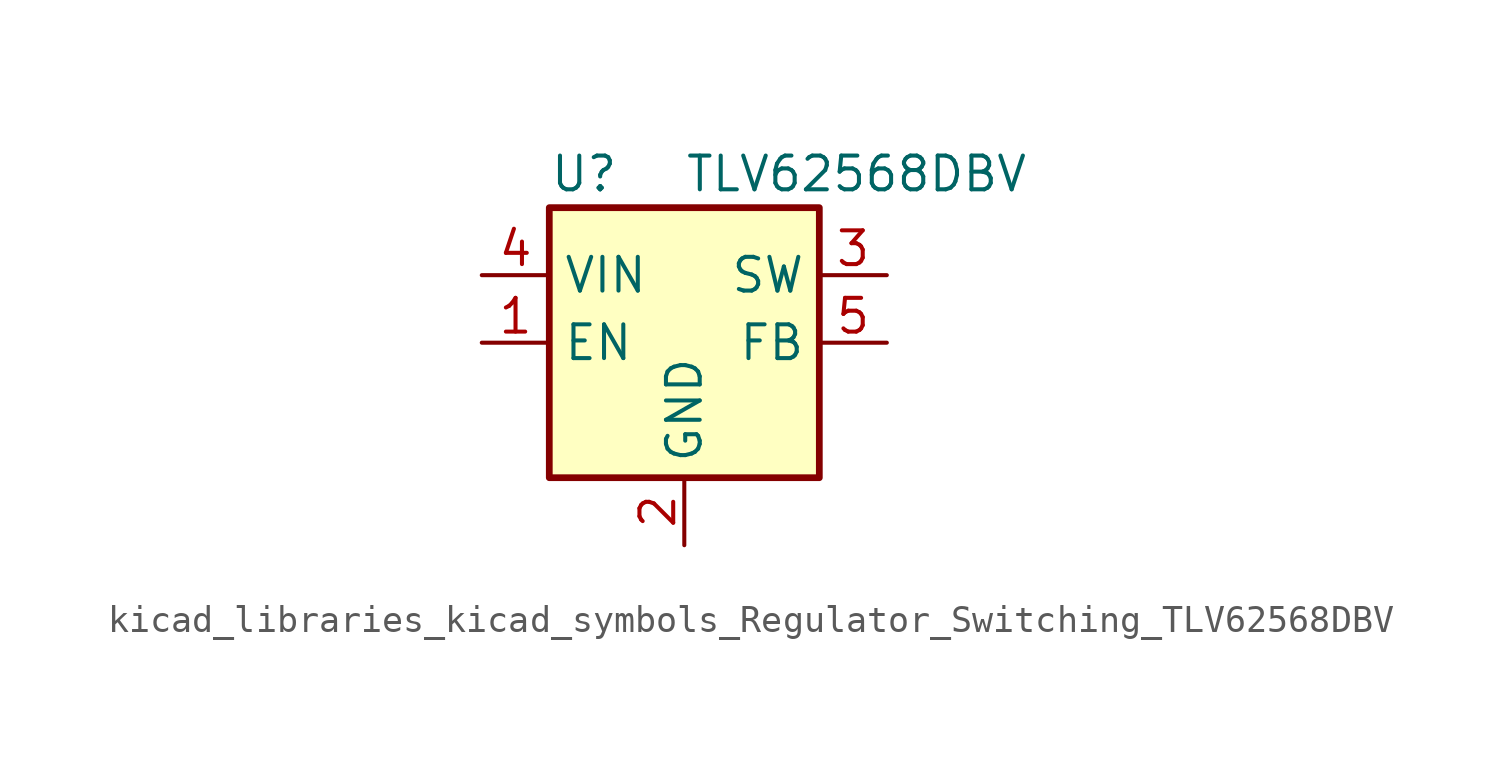
<source format=kicad_sym>
(kicad_symbol_lib
  (version 20220914)
  (generator kicad_symbol_editor)
  (symbol "kicad_libraries_kicad_symbols_Regulator_Switching_TLV62568DBV"
    (property "Reference" "U"
      (at -5.08 6.35 0)
      (effects (font (size 1.27 1.27)) (justify left)))
    (property "Value" "TLV62568DBV"
      (at 0 6.35 0)
      (effects (font (size 1.27 1.27)) (justify left)))
    (symbol "kicad_libraries_kicad_symbols_Regulator_Switching_TLV62568DBV_0_1"
      (rectangle (start -5.08 5.08) (end 5.08 -5.08) (stroke (width 0.254) (type default)) (fill (type background))))
    (symbol "kicad_libraries_kicad_symbols_Regulator_Switching_TLV62568DBV_1_1"
      (pin input line (at -7.62 0 0) (length 2.54) (name "EN" (effects (font (size 1.27 1.27)))) (number "1" (effects (font (size 1.27 1.27)))))
      (pin power_in line (at 0 -7.62 90) (length 2.54) (name "GND" (effects (font (size 1.27 1.27)))) (number "2" (effects (font (size 1.27 1.27)))))
      (pin power_out line (at 7.62 2.54 180) (length 2.54) (name "SW" (effects (font (size 1.27 1.27)))) (number "3" (effects (font (size 1.27 1.27)))))
      (pin power_in line (at -7.62 2.54 0) (length 2.54) (name "VIN" (effects (font (size 1.27 1.27)))) (number "4" (effects (font (size 1.27 1.27)))))
      (pin input line (at 7.62 0 180) (length 2.54) (name "FB" (effects (font (size 1.27 1.27)))) (number "5" (effects (font (size 1.27 1.27))))))))
</source>
